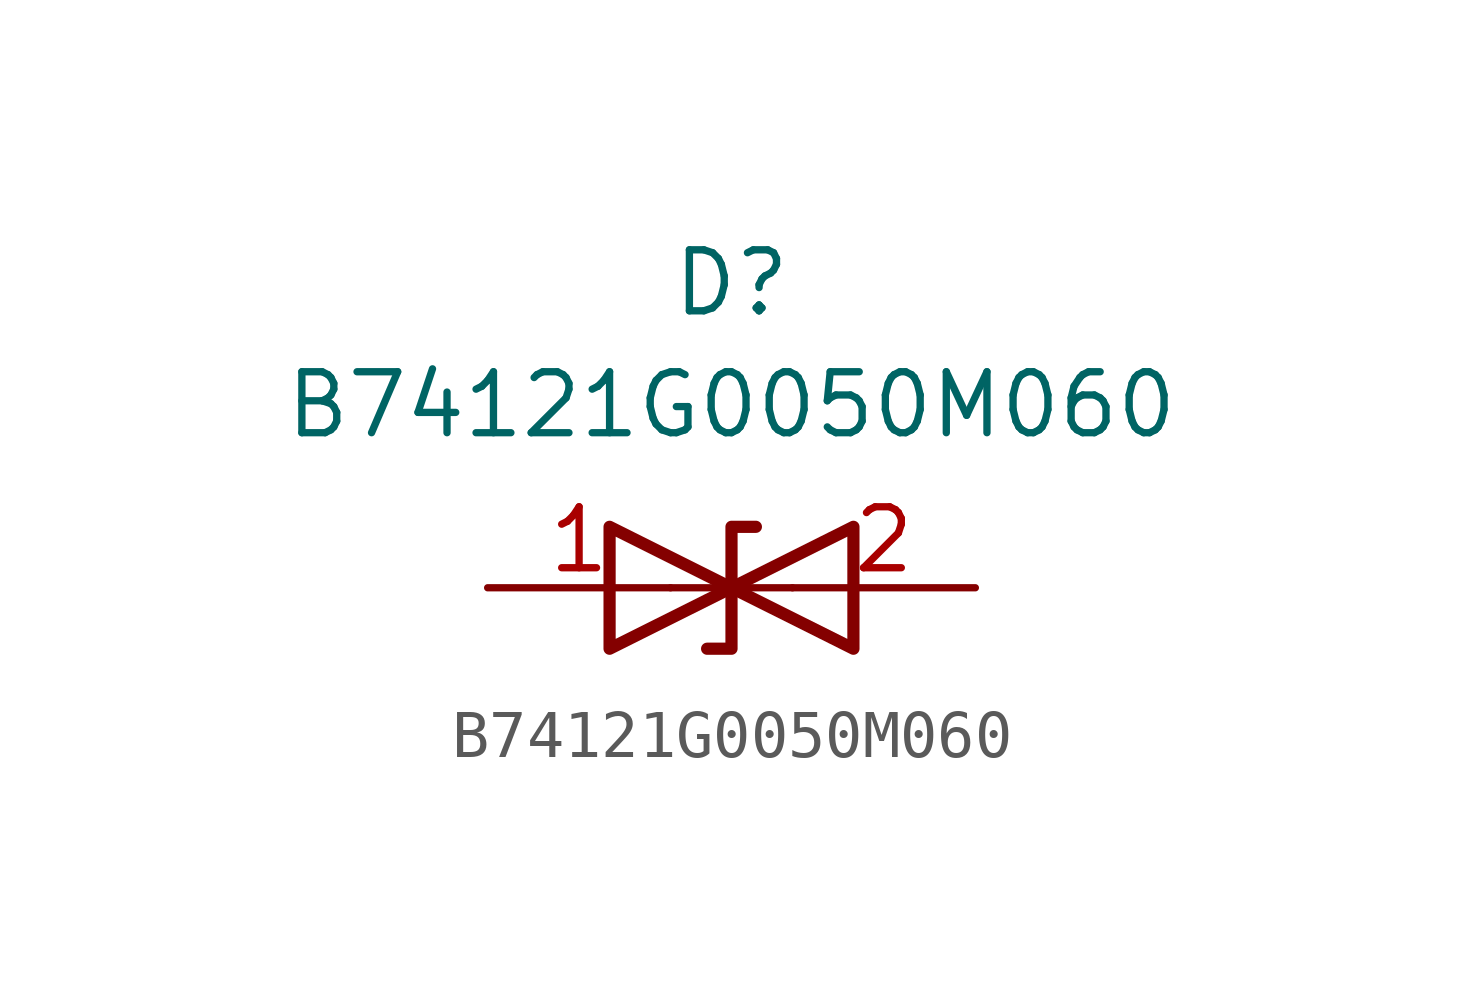
<source format=kicad_sym>
(kicad_symbol_lib
  (version 20241209)
  (generator "kicad_symbol_editor")
  (generator_version "9.0")
  (symbol "B74121G0050M060"
    (pin_names
      (hide yes))
    (property "Reference" "D"
      (at 0 3.81 0)
      (effects (font (size 1.27 1.27))))
    (property "Value" "B74121G0050M060"
      (at 0 1.27 0)
      (effects (font (size 1.27 1.27))))
    (symbol "B74121G0050M060_0_1"
      (polyline (pts (xy -2.54 -1.27) (xy -2.54 -3.81) (xy 2.54 -1.27) (xy 2.54 -3.81) (xy -2.54 -1.27)) (stroke (width 0.254) (type default)) (fill (type none)))
      (polyline (pts (xy 0.508 -1.27) (xy 0 -1.27) (xy 0 -3.81) (xy -0.508 -3.81)) (stroke (width 0.254) (type default)) (fill (type none)))
      (polyline (pts (xy 1.27 -2.54) (xy -1.27 -2.54)) (stroke (width 0) (type default)) (fill (type none))))
    (symbol "B74121G0050M060_1_1"
      (pin passive line (at -5.08 -2.54 0) (length 3.81) (name "A1" (effects (font (size 1.27 1.27)))) (number "1" (effects (font (size 1.27 1.27)))))
      (pin passive line (at 5.08 -2.54 180) (length 3.81) (name "A2" (effects (font (size 1.27 1.27)))) (number "2" (effects (font (size 1.27 1.27))))))))
</source>
